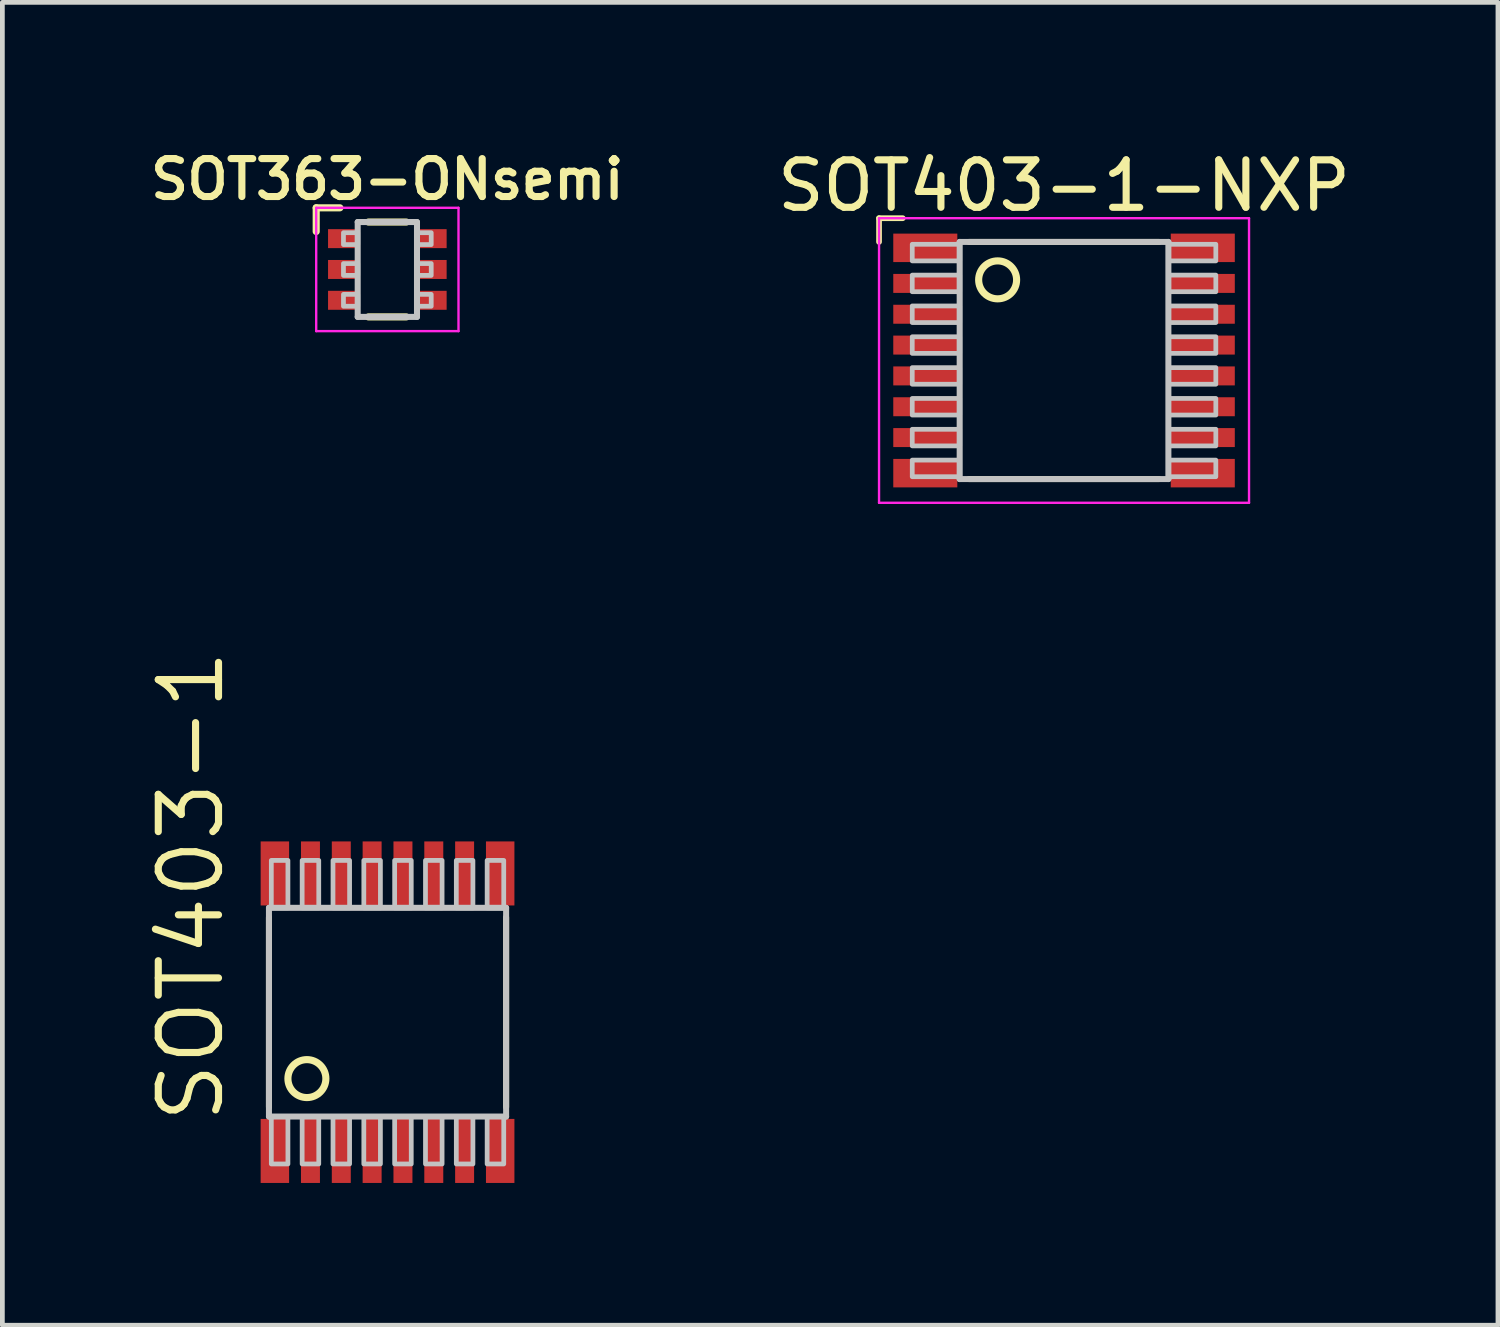
<source format=kicad_pcb>
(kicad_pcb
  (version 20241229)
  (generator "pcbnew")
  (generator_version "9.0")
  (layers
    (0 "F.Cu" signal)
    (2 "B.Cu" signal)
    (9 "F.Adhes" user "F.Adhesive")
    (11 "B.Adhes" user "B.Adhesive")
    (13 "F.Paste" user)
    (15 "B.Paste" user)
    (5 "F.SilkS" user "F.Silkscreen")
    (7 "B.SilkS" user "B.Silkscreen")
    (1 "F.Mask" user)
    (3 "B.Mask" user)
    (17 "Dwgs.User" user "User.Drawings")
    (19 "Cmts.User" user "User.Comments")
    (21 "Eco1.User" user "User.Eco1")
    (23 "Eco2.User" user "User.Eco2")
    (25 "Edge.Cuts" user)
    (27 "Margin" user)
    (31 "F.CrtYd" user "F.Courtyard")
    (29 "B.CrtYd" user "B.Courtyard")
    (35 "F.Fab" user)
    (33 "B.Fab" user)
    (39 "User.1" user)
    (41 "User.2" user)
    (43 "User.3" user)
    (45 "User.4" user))
  (footprint "SOT363-ONsemi"
    (layer "F.Cu")
    (at 5.116 2.631)
    (property "Reference" "SOT363-ONsemi" (at 0 -1.9 0) (layer "F.SilkS") (effects (font (size 0.8 0.8) (thickness 0.15))))
    (attr smd)
    (fp_line (start -1.5 -1.3) (end -1.5 -0.8) (stroke (width 0.15) (type solid)) (layer "F.SilkS"))
    (fp_line (start -1.5 -1.3) (end -1 -1.3) (stroke (width 0.15) (type solid)) (layer "F.SilkS"))
    (fp_line (start -0.4 -1) (end 0.4 -1) (stroke (width 0.15) (type solid)) (layer "F.SilkS"))
    (fp_line (start -0.4 1) (end 0.4 1) (stroke (width 0.15) (type solid)) (layer "F.SilkS"))
    (fp_line (start -0.625 1) (end -0.625 -1) (stroke (width 0.127) (type solid)) (layer "Dwgs.User"))
    (fp_line (start -0.625 1) (end 0.625 1) (stroke (width 0.127) (type solid)) (layer "Dwgs.User"))
    (fp_line (start 0.625 -1) (end -0.625 -1) (stroke (width 0.127) (type solid)) (layer "Dwgs.User"))
    (fp_line (start 0.625 -1) (end 0.625 1) (stroke (width 0.127) (type solid)) (layer "Dwgs.User"))
    (fp_poly (pts (xy -0.925 -0.775) (xy -0.925 -0.525) (xy -0.625 -0.525) (xy -0.625 -0.775)) (stroke (width 0.1) (type solid)) (fill no) (layer "Dwgs.User"))
    (fp_poly (pts (xy -0.925 -0.125) (xy -0.925 0.125) (xy -0.625 0.125) (xy -0.625 -0.125)) (stroke (width 0.1) (type solid)) (fill no) (layer "Dwgs.User"))
    (fp_poly (pts (xy -0.925 0.525) (xy -0.925 0.775) (xy -0.625 0.775) (xy -0.625 0.525)) (stroke (width 0.1) (type solid)) (fill no) (layer "Dwgs.User"))
    (fp_poly (pts (xy 0.625 -0.775) (xy 0.625 -0.525) (xy 0.925 -0.525) (xy 0.925 -0.775)) (stroke (width 0.1) (type solid)) (fill no) (layer "Dwgs.User"))
    (fp_poly (pts (xy 0.625 -0.125) (xy 0.625 0.125) (xy 0.925 0.125) (xy 0.925 -0.125)) (stroke (width 0.1) (type solid)) (fill no) (layer "Dwgs.User"))
    (fp_poly (pts (xy 0.625 0.525) (xy 0.625 0.775) (xy 0.925 0.775) (xy 0.925 0.525)) (stroke (width 0.1) (type solid)) (fill no) (layer "Dwgs.User"))
    (fp_line (start -1.5 -1.3) (end 1.5 -1.3) (stroke (width 0.05) (type solid)) (layer "F.CrtYd"))
    (fp_line (start -1.5 1.3) (end -1.5 -1.3) (stroke (width 0.05) (type solid)) (layer "F.CrtYd"))
    (fp_line (start 1.5 -1.3) (end 1.5 1.3) (stroke (width 0.05) (type solid)) (layer "F.CrtYd"))
    (fp_line (start 1.5 1.3) (end -1.5 1.3) (stroke (width 0.05) (type solid)) (layer "F.CrtYd"))
    (pad "1" smd rect (at -0.92 -0.65 270) (size 0.4 0.66) (layers "F.Cu" "F.Mask" "F.Paste"))
    (pad "2" smd rect (at -0.92 0 270) (size 0.4 0.66) (layers "F.Cu" "F.Mask" "F.Paste"))
    (pad "3" smd rect (at -0.92 0.65 270) (size 0.4 0.66) (layers "F.Cu" "F.Mask" "F.Paste"))
    (pad "4" smd rect (at 0.92 0.65 270) (size 0.4 0.66) (layers "F.Cu" "F.Mask" "F.Paste"))
    (pad "5" smd rect (at 0.92 0 270) (size 0.4 0.66) (layers "F.Cu" "F.Mask" "F.Paste"))
    (pad "6" smd rect (at 0.92 -0.65 270) (size 0.4 0.66) (layers "F.Cu" "F.Mask" "F.Paste")))
  (footprint "SOT403-1-NXP"
    (layer "F.Cu")
    (at 19.382 4.55)
    (property "Reference" "SOT403-1-NXP" (at 0 -3.1 0) (layer "F.SilkS") (effects (font (size 1 1) (thickness 0.15)) (justify bottom)))
    (attr through_hole)
    (fp_line (start -3.9 -3) (end -3.9 -2.5) (stroke (width 0.12) (type solid)) (layer "F.SilkS"))
    (fp_line (start -3.9 -3) (end -3.4 -3) (stroke (width 0.12) (type solid)) (layer "F.SilkS"))
    (fp_line (start 2 -2.5) (end -2 -2.5) (stroke (width 0.127) (type solid)) (layer "F.SilkS"))
    (fp_line (start 2 2.5) (end -2 2.5) (stroke (width 0.127) (type solid)) (layer "F.SilkS"))
    (fp_circle (center -1.4 -1.7) (end -1.4 -1.3) (stroke (width 0.15) (type solid)) (fill no) (layer "F.SilkS"))
    (fp_line (start -2.2 -2.5) (end -2.2 2.5) (stroke (width 0.127) (type solid)) (layer "Dwgs.User"))
    (fp_line (start 2.2 -2.5) (end -2.2 -2.5) (stroke (width 0.127) (type solid)) (layer "Dwgs.User"))
    (fp_line (start 2.2 -2.5) (end 2.2 2.5) (stroke (width 0.127) (type solid)) (layer "Dwgs.User"))
    (fp_line (start 2.2 2.5) (end -2.2 2.5) (stroke (width 0.127) (type solid)) (layer "Dwgs.User"))
    (fp_poly (pts (xy -3.2 -2.45) (xy -3.2 -2.1) (xy -2.2 -2.1) (xy -2.2 -2.45)) (stroke (width 0.1) (type solid)) (fill no) (layer "Dwgs.User"))
    (fp_poly (pts (xy -3.2 -1.8) (xy -3.2 -1.45) (xy -2.2 -1.45) (xy -2.2 -1.8)) (stroke (width 0.1) (type solid)) (fill no) (layer "Dwgs.User"))
    (fp_poly (pts (xy -3.2 -1.15) (xy -3.2 -0.8) (xy -2.2 -0.8) (xy -2.2 -1.15)) (stroke (width 0.1) (type solid)) (fill no) (layer "Dwgs.User"))
    (fp_poly (pts (xy -3.2 -0.5) (xy -3.2 -0.15) (xy -2.2 -0.15) (xy -2.2 -0.5)) (stroke (width 0.1) (type solid)) (fill no) (layer "Dwgs.User"))
    (fp_poly (pts (xy -3.2 0.15) (xy -3.2 0.5) (xy -2.2 0.5) (xy -2.2 0.15)) (stroke (width 0.1) (type solid)) (fill no) (layer "Dwgs.User"))
    (fp_poly (pts (xy -3.2 0.8) (xy -3.2 1.15) (xy -2.2 1.15) (xy -2.2 0.8)) (stroke (width 0.1) (type solid)) (fill no) (layer "Dwgs.User"))
    (fp_poly (pts (xy -3.2 1.45) (xy -3.2 1.8) (xy -2.2 1.8) (xy -2.2 1.45)) (stroke (width 0.1) (type solid)) (fill no) (layer "Dwgs.User"))
    (fp_poly (pts (xy -3.2 2.1) (xy -3.2 2.45) (xy -2.2 2.45) (xy -2.2 2.1)) (stroke (width 0.1) (type solid)) (fill no) (layer "Dwgs.User"))
    (fp_poly (pts (xy 2.2 -2.45) (xy 2.2 -2.1) (xy 3.2 -2.1) (xy 3.2 -2.45)) (stroke (width 0.1) (type solid)) (fill no) (layer "Dwgs.User"))
    (fp_poly (pts (xy 2.2 -1.8) (xy 2.2 -1.45) (xy 3.2 -1.45) (xy 3.2 -1.8)) (stroke (width 0.1) (type solid)) (fill no) (layer "Dwgs.User"))
    (fp_poly (pts (xy 2.2 -1.15) (xy 2.2 -0.8) (xy 3.2 -0.8) (xy 3.2 -1.15)) (stroke (width 0.1) (type solid)) (fill no) (layer "Dwgs.User"))
    (fp_poly (pts (xy 2.2 -0.5) (xy 2.2 -0.15) (xy 3.2 -0.15) (xy 3.2 -0.5)) (stroke (width 0.1) (type solid)) (fill no) (layer "Dwgs.User"))
    (fp_poly (pts (xy 2.2 0.15) (xy 2.2 0.5) (xy 3.2 0.5) (xy 3.2 0.15)) (stroke (width 0.1) (type solid)) (fill no) (layer "Dwgs.User"))
    (fp_poly (pts (xy 2.2 0.8) (xy 2.2 1.15) (xy 3.2 1.15) (xy 3.2 0.8)) (stroke (width 0.1) (type solid)) (fill no) (layer "Dwgs.User"))
    (fp_poly (pts (xy 2.2 1.45) (xy 2.2 1.8) (xy 3.2 1.8) (xy 3.2 1.45)) (stroke (width 0.1) (type solid)) (fill no) (layer "Dwgs.User"))
    (fp_poly (pts (xy 2.2 2.1) (xy 2.2 2.45) (xy 3.2 2.45) (xy 3.2 2.1)) (stroke (width 0.1) (type solid)) (fill no) (layer "Dwgs.User"))
    (fp_line (start -3.9 -3) (end 3.9 -3) (stroke (width 0.05) (type solid)) (layer "F.CrtYd"))
    (fp_line (start -3.9 3) (end -3.9 -3) (stroke (width 0.05) (type solid)) (layer "F.CrtYd"))
    (fp_line (start 3.9 -3) (end 3.9 3) (stroke (width 0.05) (type solid)) (layer "F.CrtYd"))
    (fp_line (start 3.9 3) (end -3.9 3) (stroke (width 0.05) (type solid)) (layer "F.CrtYd"))
    (pad "1" smd rect (at -2.925 -2.375 270) (size 0.6 1.35) (layers "F.Cu" "F.Mask" "F.Paste"))
    (pad "2" smd rect (at -2.925 -1.625 270) (size 0.4 1.35) (layers "F.Cu" "F.Mask" "F.Paste"))
    (pad "3" smd rect (at -2.925 -0.975 270) (size 0.4 1.35) (layers "F.Cu" "F.Mask" "F.Paste"))
    (pad "4" smd rect (at -2.925 -0.325 270) (size 0.4 1.35) (layers "F.Cu" "F.Mask" "F.Paste"))
    (pad "5" smd rect (at -2.925 0.325 270) (size 0.4 1.35) (layers "F.Cu" "F.Mask" "F.Paste"))
    (pad "6" smd rect (at -2.925 0.975 270) (size 0.4 1.35) (layers "F.Cu" "F.Mask" "F.Paste"))
    (pad "7" smd rect (at -2.925 1.625 270) (size 0.4 1.35) (layers "F.Cu" "F.Mask" "F.Paste"))
    (pad "8" smd rect (at -2.925 2.375 270) (size 0.6 1.35) (layers "F.Cu" "F.Mask" "F.Paste"))
    (pad "9" smd rect (at 2.925 2.375 270) (size 0.6 1.35) (layers "F.Cu" "F.Mask" "F.Paste"))
    (pad "10" smd rect (at 2.925 1.625 270) (size 0.4 1.35) (layers "F.Cu" "F.Mask" "F.Paste"))
    (pad "11" smd rect (at 2.925 0.975 270) (size 0.4 1.35) (layers "F.Cu" "F.Mask" "F.Paste"))
    (pad "12" smd rect (at 2.925 0.325 270) (size 0.4 1.35) (layers "F.Cu" "F.Mask" "F.Paste"))
    (pad "13" smd rect (at 2.925 -0.325 270) (size 0.4 1.35) (layers "F.Cu" "F.Mask" "F.Paste"))
    (pad "14" smd rect (at 2.925 -0.975 270) (size 0.4 1.35) (layers "F.Cu" "F.Mask" "F.Paste"))
    (pad "15" smd rect (at 2.925 -1.625 270) (size 0.4 1.35) (layers "F.Cu" "F.Mask" "F.Paste"))
    (pad "16" smd rect (at 2.925 -2.375 270) (size 0.6 1.35) (layers "F.Cu" "F.Mask" "F.Paste")))
  (footprint "SOT403-1"
    (layer "F.Cu")
    (at 5.12 18.289)
    (property "Reference" "SOT403-1" (at -3.4 2.4 90) (layer "F.SilkS") (effects (font (size 1.27 1.27) (thickness 0.15)) (justify left bottom)))
    (attr through_hole)
    (fp_line (start -2.5 -2) (end -2.5 2) (stroke (width 0.127) (type solid)) (layer "F.SilkS"))
    (fp_line (start 2.5 -2) (end 2.5 2) (stroke (width 0.127) (type solid)) (layer "F.SilkS"))
    (fp_circle (center -1.7 1.4) (end -1.3 1.4) (stroke (width 0.15) (type solid)) (fill no) (layer "F.SilkS"))
    (fp_line (start -2.5 -2.2) (end -2.5 2.2) (stroke (width 0.127) (type solid)) (layer "Dwgs.User"))
    (fp_line (start -2.5 -2.2) (end 2.5 -2.2) (stroke (width 0.127) (type solid)) (layer "Dwgs.User"))
    (fp_line (start -2.5 2.2) (end 2.5 2.2) (stroke (width 0.127) (type solid)) (layer "Dwgs.User"))
    (fp_line (start 2.5 -2.2) (end 2.5 2.2) (stroke (width 0.127) (type solid)) (layer "Dwgs.User"))
    (fp_poly (pts (xy -2.45 -2.2) (xy -2.1 -2.2) (xy -2.1 -3.2) (xy -2.45 -3.2)) (stroke (width 0.1) (type solid)) (fill no) (layer "Dwgs.User"))
    (fp_poly (pts (xy -2.45 3.2) (xy -2.1 3.2) (xy -2.1 2.2) (xy -2.45 2.2)) (stroke (width 0.1) (type solid)) (fill no) (layer "Dwgs.User"))
    (fp_poly (pts (xy -1.8 -2.2) (xy -1.45 -2.2) (xy -1.45 -3.2) (xy -1.8 -3.2)) (stroke (width 0.1) (type solid)) (fill no) (layer "Dwgs.User"))
    (fp_poly (pts (xy -1.8 3.2) (xy -1.45 3.2) (xy -1.45 2.2) (xy -1.8 2.2)) (stroke (width 0.1) (type solid)) (fill no) (layer "Dwgs.User"))
    (fp_poly (pts (xy -1.15 -2.2) (xy -0.8 -2.2) (xy -0.8 -3.2) (xy -1.15 -3.2)) (stroke (width 0.1) (type solid)) (fill no) (layer "Dwgs.User"))
    (fp_poly (pts (xy -1.15 3.2) (xy -0.8 3.2) (xy -0.8 2.2) (xy -1.15 2.2)) (stroke (width 0.1) (type solid)) (fill no) (layer "Dwgs.User"))
    (fp_poly (pts (xy -0.5 -2.2) (xy -0.15 -2.2) (xy -0.15 -3.2) (xy -0.5 -3.2)) (stroke (width 0.1) (type solid)) (fill no) (layer "Dwgs.User"))
    (fp_poly (pts (xy -0.5 3.2) (xy -0.15 3.2) (xy -0.15 2.2) (xy -0.5 2.2)) (stroke (width 0.1) (type solid)) (fill no) (layer "Dwgs.User"))
    (fp_poly (pts (xy 0.15 -2.2) (xy 0.5 -2.2) (xy 0.5 -3.2) (xy 0.15 -3.2)) (stroke (width 0.1) (type solid)) (fill no) (layer "Dwgs.User"))
    (fp_poly (pts (xy 0.15 3.2) (xy 0.5 3.2) (xy 0.5 2.2) (xy 0.15 2.2)) (stroke (width 0.1) (type solid)) (fill no) (layer "Dwgs.User"))
    (fp_poly (pts (xy 0.8 -2.2) (xy 1.15 -2.2) (xy 1.15 -3.2) (xy 0.8 -3.2)) (stroke (width 0.1) (type solid)) (fill no) (layer "Dwgs.User"))
    (fp_poly (pts (xy 0.8 3.2) (xy 1.15 3.2) (xy 1.15 2.2) (xy 0.8 2.2)) (stroke (width 0.1) (type solid)) (fill no) (layer "Dwgs.User"))
    (fp_poly (pts (xy 1.45 -2.2) (xy 1.8 -2.2) (xy 1.8 -3.2) (xy 1.45 -3.2)) (stroke (width 0.1) (type solid)) (fill no) (layer "Dwgs.User"))
    (fp_poly (pts (xy 1.45 3.2) (xy 1.8 3.2) (xy 1.8 2.2) (xy 1.45 2.2)) (stroke (width 0.1) (type solid)) (fill no) (layer "Dwgs.User"))
    (fp_poly (pts (xy 2.1 -2.2) (xy 2.45 -2.2) (xy 2.45 -3.2) (xy 2.1 -3.2)) (stroke (width 0.1) (type solid)) (fill no) (layer "Dwgs.User"))
    (fp_poly (pts (xy 2.1 3.2) (xy 2.45 3.2) (xy 2.45 2.2) (xy 2.1 2.2)) (stroke (width 0.1) (type solid)) (fill no) (layer "Dwgs.User"))
    (pad "1" smd rect (at -2.375 2.925) (size 0.6 1.35) (layers "F.Cu" "F.Mask" "F.Paste"))
    (pad "2" smd rect (at -1.625 2.925) (size 0.4 1.35) (layers "F.Cu" "F.Mask" "F.Paste"))
    (pad "3" smd rect (at -0.975 2.925) (size 0.4 1.35) (layers "F.Cu" "F.Mask" "F.Paste"))
    (pad "4" smd rect (at -0.325 2.925) (size 0.4 1.35) (layers "F.Cu" "F.Mask" "F.Paste"))
    (pad "5" smd rect (at 0.325 2.925) (size 0.4 1.35) (layers "F.Cu" "F.Mask" "F.Paste"))
    (pad "6" smd rect (at 0.975 2.925) (size 0.4 1.35) (layers "F.Cu" "F.Mask" "F.Paste"))
    (pad "7" smd rect (at 1.625 2.925) (size 0.4 1.35) (layers "F.Cu" "F.Mask" "F.Paste"))
    (pad "8" smd rect (at 2.375 2.925) (size 0.6 1.35) (layers "F.Cu" "F.Mask" "F.Paste"))
    (pad "9" smd rect (at 2.375 -2.925) (size 0.6 1.35) (layers "F.Cu" "F.Mask" "F.Paste"))
    (pad "10" smd rect (at 1.625 -2.925) (size 0.4 1.35) (layers "F.Cu" "F.Mask" "F.Paste"))
    (pad "11" smd rect (at 0.975 -2.925) (size 0.4 1.35) (layers "F.Cu" "F.Mask" "F.Paste"))
    (pad "12" smd rect (at 0.325 -2.925) (size 0.4 1.35) (layers "F.Cu" "F.Mask" "F.Paste"))
    (pad "13" smd rect (at -0.325 -2.925) (size 0.4 1.35) (layers "F.Cu" "F.Mask" "F.Paste"))
    (pad "14" smd rect (at -0.975 -2.925) (size 0.4 1.35) (layers "F.Cu" "F.Mask" "F.Paste"))
    (pad "15" smd rect (at -1.625 -2.925) (size 0.4 1.35) (layers "F.Cu" "F.Mask" "F.Paste"))
    (pad "16" smd rect (at -2.375 -2.925) (size 0.6 1.35) (layers "F.Cu" "F.Mask" "F.Paste")))
  (gr_rect
    (start -3 -3)
    (end 28.53 24.889)
    (stroke (width 0.1) (type default))
    (fill no)
    (layer "Edge.Cuts")))
</source>
